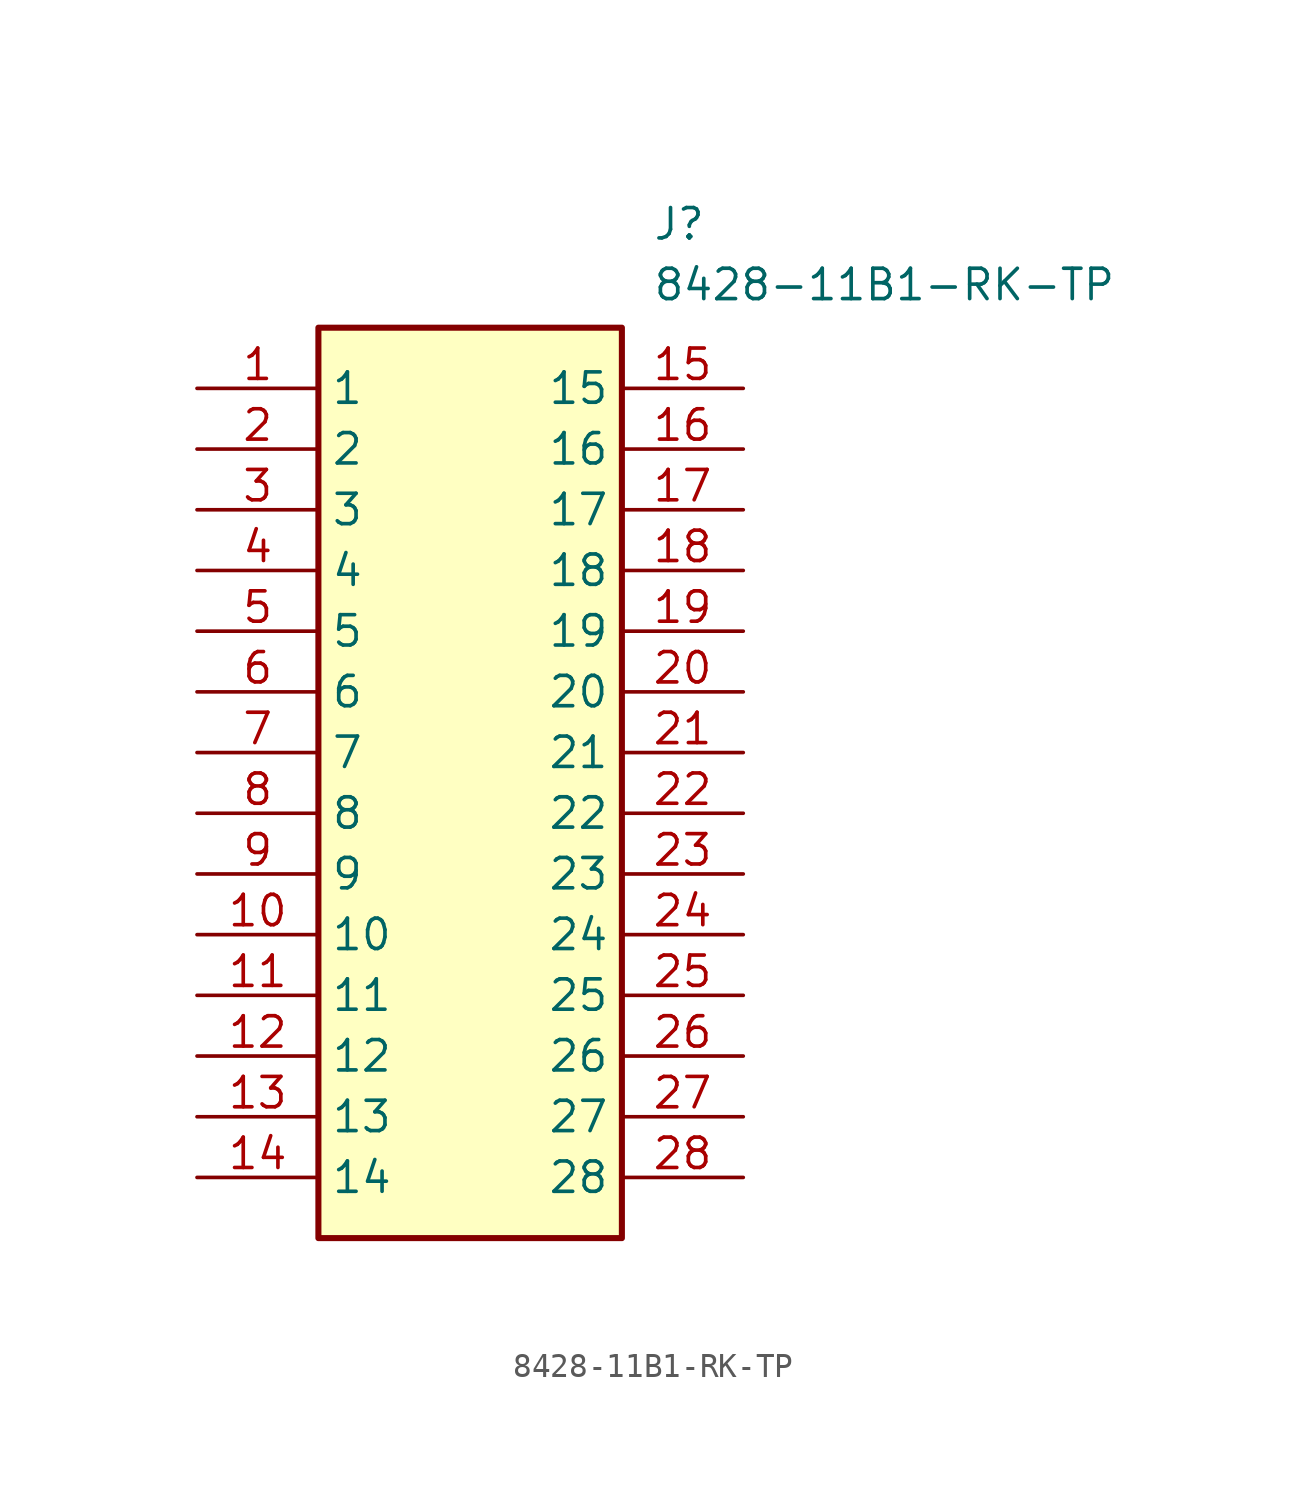
<source format=kicad_sym>
(kicad_symbol_lib
  (version 20211014)
  (generator SamacSys_ECAD_Model)
  (symbol "8428-11B1-RK-TP"
    (property "Reference" "J"
      (at 19.05 7.62 0)
      (effects (font (size 1.27 1.27)) (justify left top)))
    (property "Value" "8428-11B1-RK-TP"
      (at 19.05 5.08 0)
      (effects (font (size 1.27 1.27)) (justify left top)))
    (rectangle
      (start 5.08 2.54)
      (end 17.78 -35.56)
      (stroke (width 0.254) (type default))
      (fill (type background)))
    (pin passive line
      (at 0 0 0)
      (length 5.08)
      (name "1" (effects (font (size 1.27 1.27))))
      (number "1" (effects (font (size 1.27 1.27)))))
    (pin passive line
      (at 0 -2.54 0)
      (length 5.08)
      (name "2" (effects (font (size 1.27 1.27))))
      (number "2" (effects (font (size 1.27 1.27)))))
    (pin passive line
      (at 0 -5.08 0)
      (length 5.08)
      (name "3" (effects (font (size 1.27 1.27))))
      (number "3" (effects (font (size 1.27 1.27)))))
    (pin passive line
      (at 0 -7.62 0)
      (length 5.08)
      (name "4" (effects (font (size 1.27 1.27))))
      (number "4" (effects (font (size 1.27 1.27)))))
    (pin passive line
      (at 0 -10.16 0)
      (length 5.08)
      (name "5" (effects (font (size 1.27 1.27))))
      (number "5" (effects (font (size 1.27 1.27)))))
    (pin passive line
      (at 0 -12.7 0)
      (length 5.08)
      (name "6" (effects (font (size 1.27 1.27))))
      (number "6" (effects (font (size 1.27 1.27)))))
    (pin passive line
      (at 0 -15.24 0)
      (length 5.08)
      (name "7" (effects (font (size 1.27 1.27))))
      (number "7" (effects (font (size 1.27 1.27)))))
    (pin passive line
      (at 0 -17.78 0)
      (length 5.08)
      (name "8" (effects (font (size 1.27 1.27))))
      (number "8" (effects (font (size 1.27 1.27)))))
    (pin passive line
      (at 0 -20.32 0)
      (length 5.08)
      (name "9" (effects (font (size 1.27 1.27))))
      (number "9" (effects (font (size 1.27 1.27)))))
    (pin passive line
      (at 0 -22.86 0)
      (length 5.08)
      (name "10" (effects (font (size 1.27 1.27))))
      (number "10" (effects (font (size 1.27 1.27)))))
    (pin passive line
      (at 0 -25.4 0)
      (length 5.08)
      (name "11" (effects (font (size 1.27 1.27))))
      (number "11" (effects (font (size 1.27 1.27)))))
    (pin passive line
      (at 0 -27.94 0)
      (length 5.08)
      (name "12" (effects (font (size 1.27 1.27))))
      (number "12" (effects (font (size 1.27 1.27)))))
    (pin passive line
      (at 0 -30.48 0)
      (length 5.08)
      (name "13" (effects (font (size 1.27 1.27))))
      (number "13" (effects (font (size 1.27 1.27)))))
    (pin passive line
      (at 0 -33.02 0)
      (length 5.08)
      (name "14" (effects (font (size 1.27 1.27))))
      (number "14" (effects (font (size 1.27 1.27)))))
    (pin passive line
      (at 22.86 0 180)
      (length 5.08)
      (name "15" (effects (font (size 1.27 1.27))))
      (number "15" (effects (font (size 1.27 1.27)))))
    (pin passive line
      (at 22.86 -2.54 180)
      (length 5.08)
      (name "16" (effects (font (size 1.27 1.27))))
      (number "16" (effects (font (size 1.27 1.27)))))
    (pin passive line
      (at 22.86 -5.08 180)
      (length 5.08)
      (name "17" (effects (font (size 1.27 1.27))))
      (number "17" (effects (font (size 1.27 1.27)))))
    (pin passive line
      (at 22.86 -7.62 180)
      (length 5.08)
      (name "18" (effects (font (size 1.27 1.27))))
      (number "18" (effects (font (size 1.27 1.27)))))
    (pin passive line
      (at 22.86 -10.16 180)
      (length 5.08)
      (name "19" (effects (font (size 1.27 1.27))))
      (number "19" (effects (font (size 1.27 1.27)))))
    (pin passive line
      (at 22.86 -12.7 180)
      (length 5.08)
      (name "20" (effects (font (size 1.27 1.27))))
      (number "20" (effects (font (size 1.27 1.27)))))
    (pin passive line
      (at 22.86 -15.24 180)
      (length 5.08)
      (name "21" (effects (font (size 1.27 1.27))))
      (number "21" (effects (font (size 1.27 1.27)))))
    (pin passive line
      (at 22.86 -17.78 180)
      (length 5.08)
      (name "22" (effects (font (size 1.27 1.27))))
      (number "22" (effects (font (size 1.27 1.27)))))
    (pin passive line
      (at 22.86 -20.32 180)
      (length 5.08)
      (name "23" (effects (font (size 1.27 1.27))))
      (number "23" (effects (font (size 1.27 1.27)))))
    (pin passive line
      (at 22.86 -22.86 180)
      (length 5.08)
      (name "24" (effects (font (size 1.27 1.27))))
      (number "24" (effects (font (size 1.27 1.27)))))
    (pin passive line
      (at 22.86 -25.4 180)
      (length 5.08)
      (name "25" (effects (font (size 1.27 1.27))))
      (number "25" (effects (font (size 1.27 1.27)))))
    (pin passive line
      (at 22.86 -27.94 180)
      (length 5.08)
      (name "26" (effects (font (size 1.27 1.27))))
      (number "26" (effects (font (size 1.27 1.27)))))
    (pin passive line
      (at 22.86 -30.48 180)
      (length 5.08)
      (name "27" (effects (font (size 1.27 1.27))))
      (number "27" (effects (font (size 1.27 1.27)))))
    (pin passive line
      (at 22.86 -33.02 180)
      (length 5.08)
      (name "28" (effects (font (size 1.27 1.27))))
      (number "28" (effects (font (size 1.27 1.27)))))))
</source>
